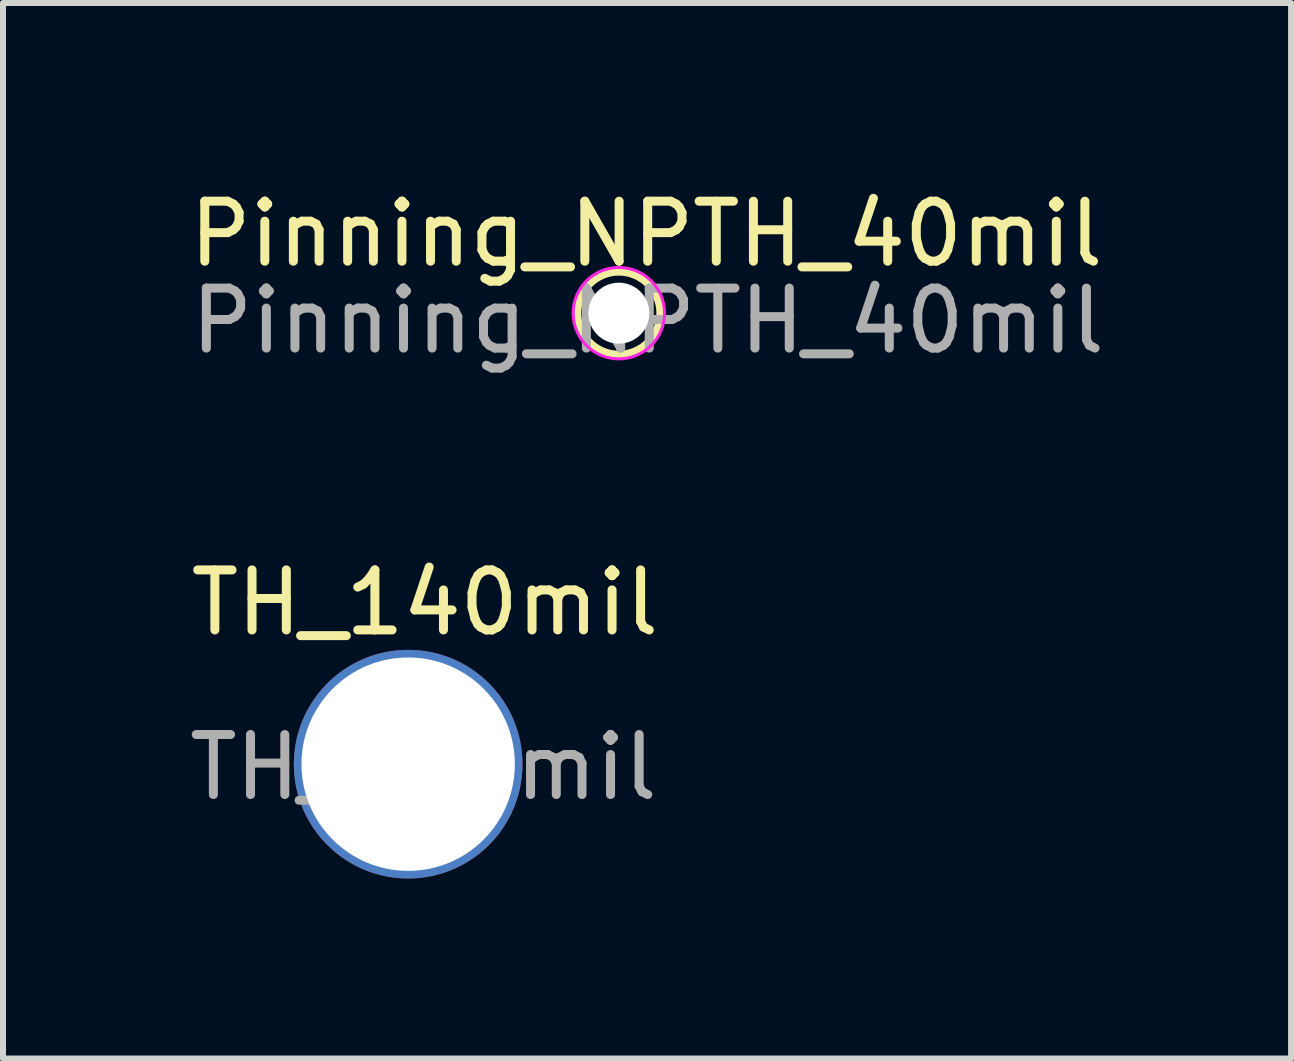
<source format=kicad_pcb>
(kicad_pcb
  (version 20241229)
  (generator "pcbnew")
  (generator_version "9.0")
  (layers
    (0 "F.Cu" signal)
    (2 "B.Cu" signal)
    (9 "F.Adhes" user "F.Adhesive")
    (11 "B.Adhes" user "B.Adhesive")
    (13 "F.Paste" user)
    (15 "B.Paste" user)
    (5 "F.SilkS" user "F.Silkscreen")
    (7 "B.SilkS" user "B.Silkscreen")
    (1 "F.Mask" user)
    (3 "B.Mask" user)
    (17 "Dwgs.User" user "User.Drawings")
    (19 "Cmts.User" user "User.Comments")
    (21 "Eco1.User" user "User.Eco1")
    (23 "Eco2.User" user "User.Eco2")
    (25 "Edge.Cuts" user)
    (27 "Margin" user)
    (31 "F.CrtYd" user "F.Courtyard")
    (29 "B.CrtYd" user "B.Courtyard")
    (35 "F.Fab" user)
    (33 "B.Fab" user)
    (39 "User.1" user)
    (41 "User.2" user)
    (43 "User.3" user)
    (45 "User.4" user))
  (footprint "Pinning_NPTH_40mil"
    (layer "F.Cu")
    (at 7.263 2.169)
    (property "Reference" "Pinning_NPTH_40mil" (at 0.457 -1.321 0) (unlocked yes) (layer "F.SilkS") (effects (font (size 1 1) (thickness 0.15))))
    (attr through_hole)
    (fp_circle (center 0 0) (end 0.686 0) (stroke (width 0.12) (type solid)) (fill no) (layer "F.SilkS"))
    (fp_circle (center 0 0) (end 0.762 0) (stroke (width 0.05) (type solid)) (fill no) (layer "F.CrtYd"))
    (fp_text user "${REFERENCE}" (at 0.483 0.127 0) (unlocked yes) (layer "F.Fab") (effects (font (size 1 1) (thickness 0.15))))
    (pad "" np_thru_hole circle (at 0 0) (size 1.016 1.016) (drill 1.016) (layers "*.Cu" "*.Mask")))
  (footprint "TH_140mil"
    (layer "F.Cu")
    (at 3.752 9.685)
    (property "Reference" "TH_140mil" (at 0.279 -2.692 0) (unlocked yes) (layer "F.SilkS") (effects (font (size 1 1) (thickness 0.15))))
    (attr smd)
    (fp_text user "${REFERENCE}" (at 0.254 0.051 0) (unlocked yes) (layer "F.Fab") (effects (font (size 1 1) (thickness 0.15))))
    (pad "1" thru_hole circle (at 0 0) (size 3.81 3.81) (drill 3.556) (layers "*.Cu" "*.Mask")))
  (gr_rect
    (start -3 -3)
    (end 18.466 14.59)
    (stroke (width 0.1) (type default))
    (fill no)
    (layer "Edge.Cuts")))
</source>
